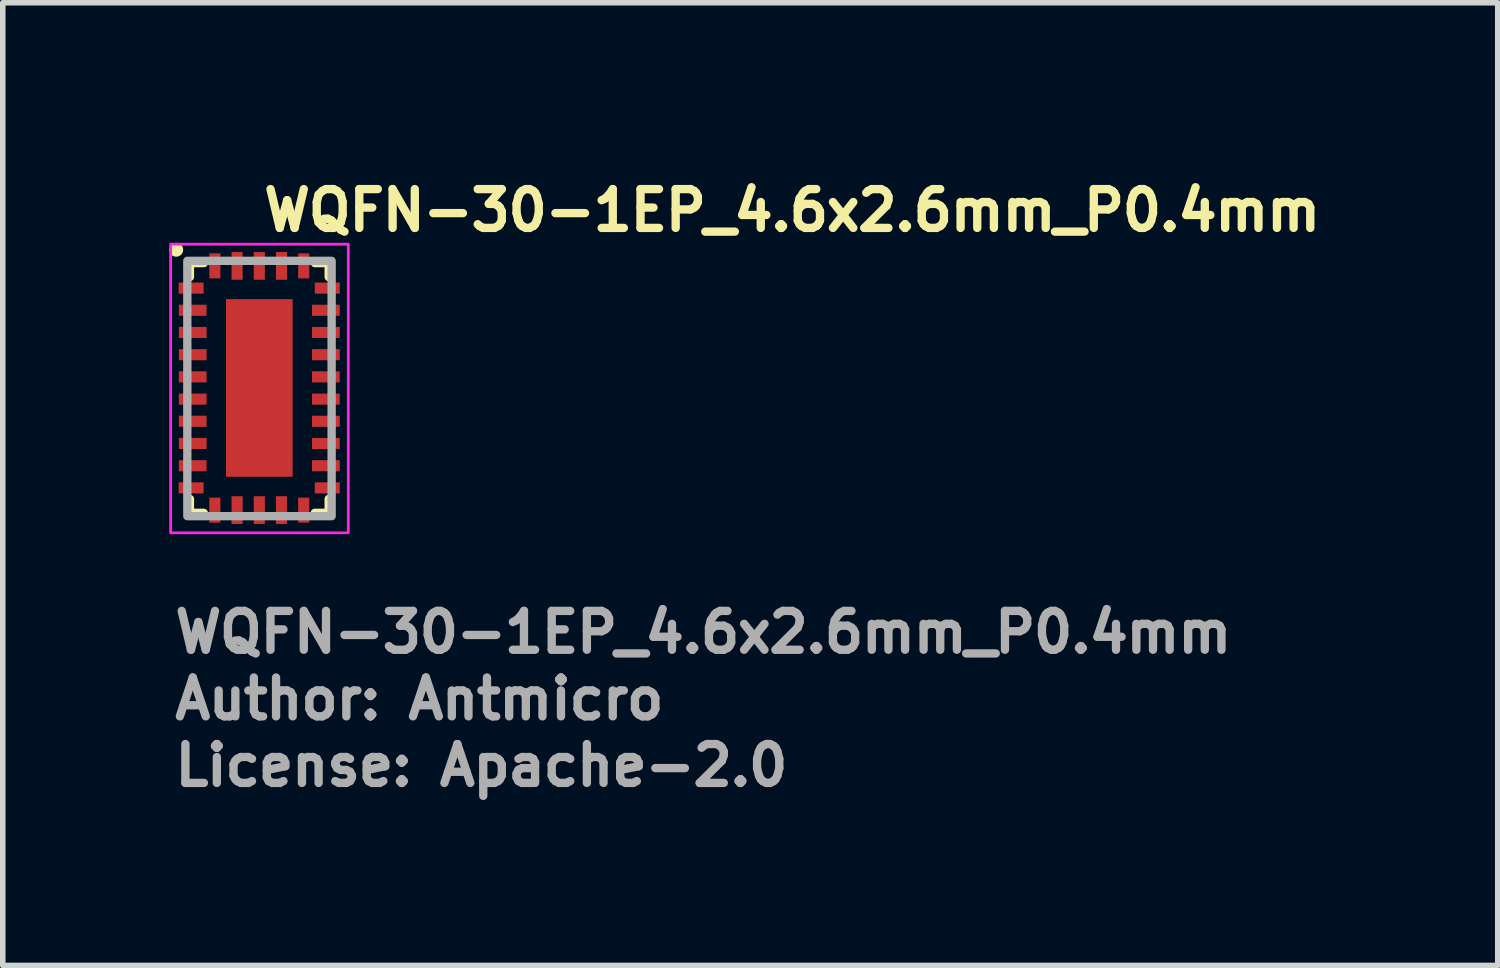
<source format=kicad_pcb>
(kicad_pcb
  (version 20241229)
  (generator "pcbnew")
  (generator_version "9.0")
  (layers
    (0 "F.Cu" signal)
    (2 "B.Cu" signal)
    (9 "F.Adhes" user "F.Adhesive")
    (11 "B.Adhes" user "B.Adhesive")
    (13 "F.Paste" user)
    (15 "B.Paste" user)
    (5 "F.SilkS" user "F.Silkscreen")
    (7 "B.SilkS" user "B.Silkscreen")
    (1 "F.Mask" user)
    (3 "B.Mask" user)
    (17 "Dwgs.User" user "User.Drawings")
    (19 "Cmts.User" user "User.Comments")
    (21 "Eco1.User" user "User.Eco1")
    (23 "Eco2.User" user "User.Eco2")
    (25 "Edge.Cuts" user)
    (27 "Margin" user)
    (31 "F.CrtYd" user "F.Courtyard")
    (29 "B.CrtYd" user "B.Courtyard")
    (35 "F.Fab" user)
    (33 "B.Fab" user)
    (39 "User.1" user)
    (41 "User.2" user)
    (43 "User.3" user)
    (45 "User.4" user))
  (footprint "WQFN-30-1EP_4.6x2.6mm_P0.4mm"
    (layer "F.Cu")
    (at 1.625 3.95)
    (property "Reference" "WQFN-30-1EP_4.6x2.6mm_P0.4mm" (at 0 -2.8 0) (layer "F.SilkS") (effects (font (size 0.7 0.7) (thickness 0.15)) (justify left bottom)))
    (attr smd)
    (fp_line (start -1.253 -2.26) (end -1.253 -2.01) (stroke (width 0.15) (type solid)) (layer "F.SilkS"))
    (fp_line (start -1.253 -2.26) (end -1.003 -2.26) (stroke (width 0.15) (type solid)) (layer "F.SilkS"))
    (fp_line (start -1.253 2.24) (end -1.253 1.99) (stroke (width 0.15) (type solid)) (layer "F.SilkS"))
    (fp_line (start -1.253 2.24) (end -1.003 2.24) (stroke (width 0.15) (type solid)) (layer "F.SilkS"))
    (fp_line (start 1.247 -2.26) (end 0.997 -2.26) (stroke (width 0.15) (type solid)) (layer "F.SilkS"))
    (fp_line (start 1.247 -2.26) (end 1.247 -2.01) (stroke (width 0.15) (type solid)) (layer "F.SilkS"))
    (fp_line (start 1.247 2.24) (end 0.997 2.24) (stroke (width 0.15) (type solid)) (layer "F.SilkS"))
    (fp_line (start 1.247 2.24) (end 1.247 1.99) (stroke (width 0.15) (type solid)) (layer "F.SilkS"))
    (fp_circle (center -1.5 -2.5) (end -1.45 -2.5) (stroke (width 0.15) (type solid)) (fill yes) (layer "F.SilkS"))
    (fp_rect (start -1.6 -2.6) (end 1.6 2.6) (stroke (width 0.05) (type solid)) (fill no) (layer "F.CrtYd"))
    (fp_rect (start -1.3 -2.3) (end 1.3 2.3) (stroke (width 0.15) (type solid)) (fill no) (layer "F.Fab"))
    (fp_rect (start -1.301 -2.301) (end 1.3 2.298) (stroke (width 0.1) (type solid)) (fill no) (layer "User.5"))
    (fp_line (start -1.301 -2.301) (end 1.3 -2.301) (stroke (width 0.02) (type solid)) (layer "User.9"))
    (fp_line (start -1.301 2.298) (end -1.301 -2.301) (stroke (width 0.02) (type solid)) (layer "User.9"))
    (fp_line (start 1.3 -2.301) (end 1.3 2.298) (stroke (width 0.02) (type solid)) (layer "User.9"))
    (fp_line (start 1.3 2.298) (end -1.301 2.298) (stroke (width 0.02) (type solid)) (layer "User.9"))
    (fp_text user "Author: Antmicro" (at -1.6 6 0) (layer "F.Fab") (effects (font (size 0.7 0.7) (thickness 0.15)) (justify left bottom)))
    (fp_text user "${REFERENCE}" (at -1.6 4.8 0) (layer "F.Fab") (effects (font (size 0.7 0.7) (thickness 0.15)) (justify left bottom)))
    (fp_text user "License: Apache-2.0" (at -1.6 7.199 0) (layer "F.Fab") (effects (font (size 0.7 0.7) (thickness 0.15)) (justify left bottom)))
    (pad "1" smd rect (at -1.232 -1.809 90) (size 0.2 0.45) (layers "F.Cu" "F.Mask" "F.Paste"))
    (pad "2" smd rect (at -1.203 -1.41 90) (size 0.2 0.5) (layers "F.Cu" "F.Mask" "F.Paste"))
    (pad "3" smd rect (at -1.203 -1.01 90) (size 0.2 0.5) (layers "F.Cu" "F.Mask" "F.Paste"))
    (pad "4" smd rect (at -1.203 -0.609 90) (size 0.2 0.5) (layers "F.Cu" "F.Mask" "F.Paste"))
    (pad "5" smd rect (at -1.203 -0.21 90) (size 0.2 0.5) (layers "F.Cu" "F.Mask" "F.Paste"))
    (pad "6" smd rect (at -1.203 0.191 90) (size 0.2 0.5) (layers "F.Cu" "F.Mask" "F.Paste"))
    (pad "7" smd rect (at -1.203 0.59 90) (size 0.2 0.5) (layers "F.Cu" "F.Mask" "F.Paste"))
    (pad "8" smd rect (at -1.203 0.99 90) (size 0.2 0.5) (layers "F.Cu" "F.Mask" "F.Paste"))
    (pad "9" smd rect (at -1.203 1.391 90) (size 0.2 0.5) (layers "F.Cu" "F.Mask" "F.Paste"))
    (pad "10" smd rect (at -1.232 1.79 90) (size 0.2 0.45) (layers "F.Cu" "F.Mask" "F.Paste"))
    (pad "11" smd rect (at -0.804 2.191) (size 0.2 0.45) (layers "F.Cu" "F.Mask" "F.Paste"))
    (pad "12" smd rect (at -0.403 2.191) (size 0.2 0.5) (layers "F.Cu" "F.Mask" "F.Paste"))
    (pad "13" smd rect (at -0.003 2.191) (size 0.2 0.5) (layers "F.Cu" "F.Mask" "F.Paste"))
    (pad "14" smd rect (at 0.396 2.191) (size 0.2 0.5) (layers "F.Cu" "F.Mask" "F.Paste"))
    (pad "15" smd rect (at 0.797 2.191) (size 0.2 0.45) (layers "F.Cu" "F.Mask" "F.Paste"))
    (pad "16" smd rect (at 1.222 1.79 90) (size 0.2 0.45) (layers "F.Cu" "F.Mask" "F.Paste"))
    (pad "17" smd rect (at 1.196 1.391 90) (size 0.2 0.5) (layers "F.Cu" "F.Mask" "F.Paste"))
    (pad "18" smd rect (at 1.196 0.99 90) (size 0.2 0.5) (layers "F.Cu" "F.Mask" "F.Paste"))
    (pad "19" smd rect (at 1.196 0.59 90) (size 0.2 0.5) (layers "F.Cu" "F.Mask" "F.Paste"))
    (pad "20" smd rect (at 1.196 0.191 90) (size 0.2 0.5) (layers "F.Cu" "F.Mask" "F.Paste"))
    (pad "21" smd rect (at 1.196 -0.21 90) (size 0.2 0.5) (layers "F.Cu" "F.Mask" "F.Paste"))
    (pad "22" smd rect (at 1.196 -0.609 90) (size 0.2 0.5) (layers "F.Cu" "F.Mask" "F.Paste"))
    (pad "23" smd rect (at 1.196 -1.01 90) (size 0.2 0.5) (layers "F.Cu" "F.Mask" "F.Paste"))
    (pad "24" smd rect (at 1.196 -1.41 90) (size 0.2 0.5) (layers "F.Cu" "F.Mask" "F.Paste"))
    (pad "25" smd rect (at 1.222 -1.809 90) (size 0.2 0.45) (layers "F.Cu" "F.Mask" "F.Paste"))
    (pad "26" smd rect (at 0.797 -2.21) (size 0.2 0.45) (layers "F.Cu" "F.Mask" "F.Paste"))
    (pad "27" smd rect (at 0.396 -2.21) (size 0.2 0.5) (layers "F.Cu" "F.Mask" "F.Paste"))
    (pad "28" smd rect (at -0.003 -2.21) (size 0.2 0.5) (layers "F.Cu" "F.Mask" "F.Paste"))
    (pad "29" smd rect (at -0.403 -2.21) (size 0.2 0.5) (layers "F.Cu" "F.Mask" "F.Paste"))
    (pad "30" smd rect (at -0.804 -2.21) (size 0.2 0.45) (layers "F.Cu" "F.Mask" "F.Paste"))
    (pad "31" smd rect (at -0.003 -0.01) (size 1.2 3.2) (layers "F.Cu" "F.Mask" "F.Paste")))
  (gr_rect
    (start -3 -3)
    (end 23.935 14.345)
    (stroke (width 0.1) (type default))
    (fill no)
    (layer "Edge.Cuts")))
</source>
